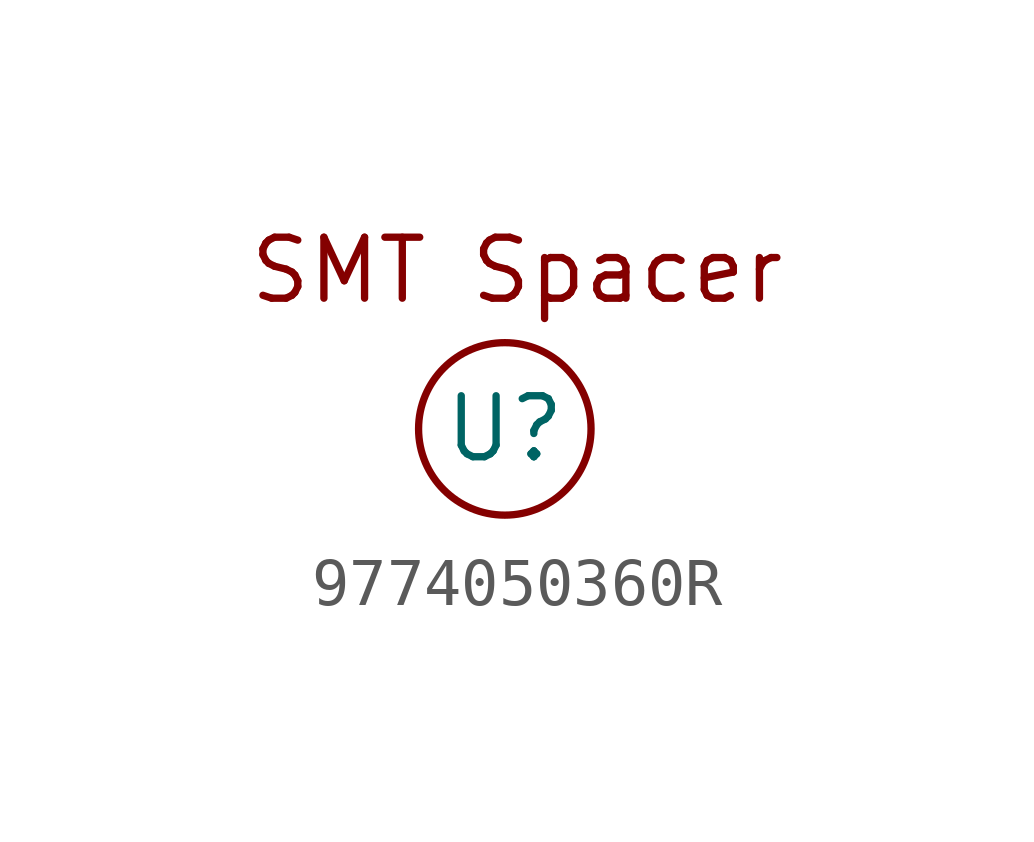
<source format=kicad_sym>
(kicad_symbol_lib
  (version 20241209)
  (generator "kicad_symbol_editor")
  (generator_version "9.0")
  (symbol "9774050360R"
    (property "Reference" "U"
      (at 0 0 0)
      (effects (font (size 1.27 1.27))))
    (property "Value" ""
      (at 0 0 0)
      (effects (font (size 1.27 1.27))))
    (symbol "9774050360R_0_1"
      (circle (center 0 0) (radius 1.796) (stroke (width 0) (type default)) (fill (type none))))
    (symbol "9774050360R_1_1"
      (text "SMT Spacer" (at 0.254 3.302 0) (effects (font (size 1.27 1.27)))))))
</source>
